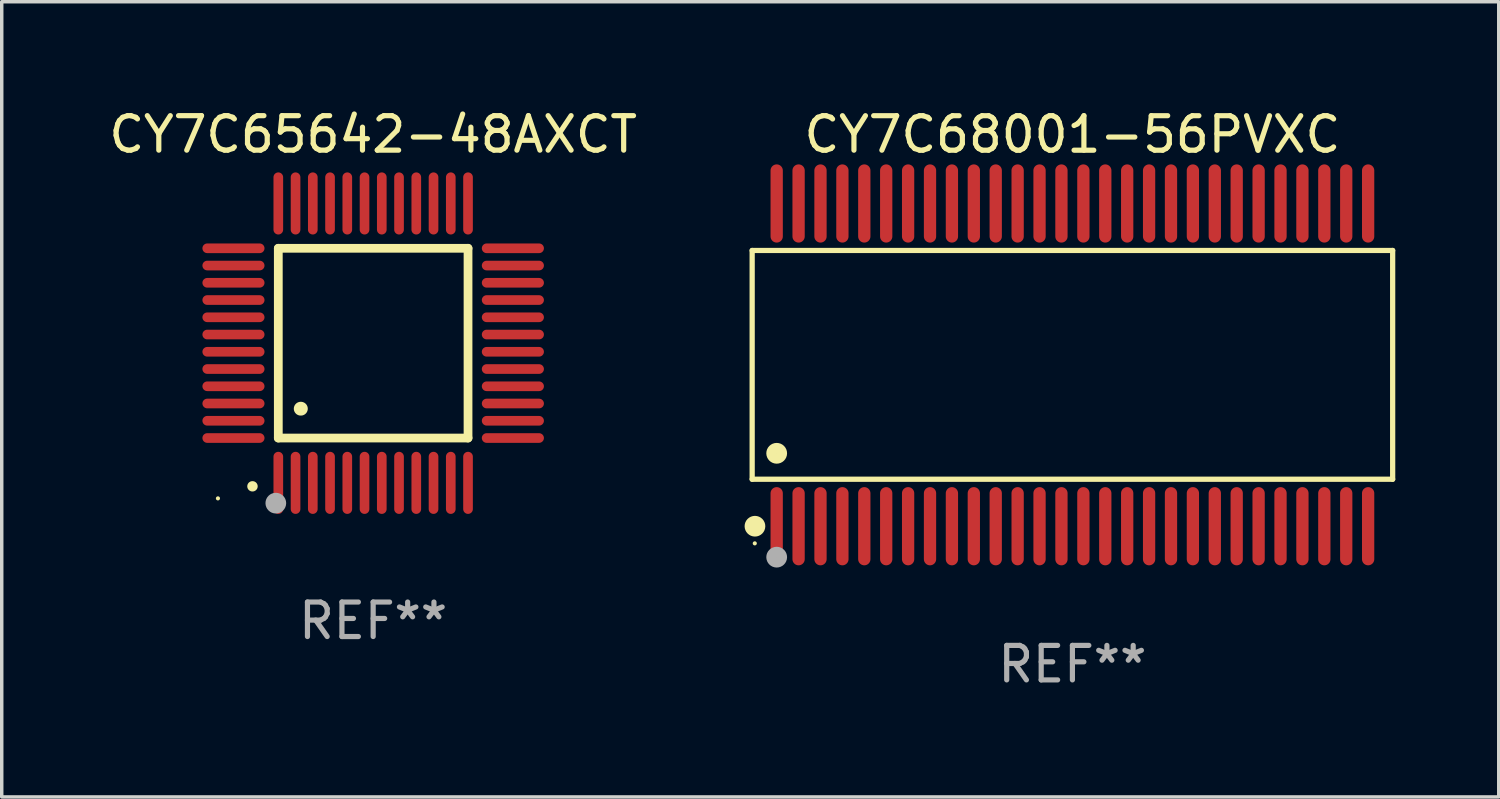
<source format=kicad_pcb>
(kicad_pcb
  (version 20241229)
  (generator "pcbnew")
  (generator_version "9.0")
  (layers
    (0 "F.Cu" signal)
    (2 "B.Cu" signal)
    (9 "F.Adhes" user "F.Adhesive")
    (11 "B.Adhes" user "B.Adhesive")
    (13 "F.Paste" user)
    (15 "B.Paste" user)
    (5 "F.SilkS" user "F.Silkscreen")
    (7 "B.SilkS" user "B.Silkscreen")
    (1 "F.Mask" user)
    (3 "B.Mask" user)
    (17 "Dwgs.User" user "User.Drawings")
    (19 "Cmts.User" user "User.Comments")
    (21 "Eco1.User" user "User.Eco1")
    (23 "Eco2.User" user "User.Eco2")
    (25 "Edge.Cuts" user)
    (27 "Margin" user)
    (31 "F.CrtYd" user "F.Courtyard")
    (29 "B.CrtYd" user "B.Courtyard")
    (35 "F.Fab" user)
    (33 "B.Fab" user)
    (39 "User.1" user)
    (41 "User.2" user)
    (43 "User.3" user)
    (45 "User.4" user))
  (footprint "CY7C65642-48AXCT"
    (layer "F.Cu")
    (at 7.768 6.898)
    (property "Reference" "CY7C65642-48AXCT" (at 0 -6.05 0) (layer "F.SilkS") (effects (font (size 1 1) (thickness 0.15))))
    (attr through_hole)
    (fp_line (start -2.75 -2.75) (end 2.75 -2.75) (stroke (width 0.254) (type solid)) (layer "F.SilkS"))
    (fp_line (start -2.75 2.75) (end -2.75 -2.75) (stroke (width 0.254) (type solid)) (layer "F.SilkS"))
    (fp_line (start 2.75 -2.75) (end 2.75 2.75) (stroke (width 0.254) (type solid)) (layer "F.SilkS"))
    (fp_line (start 2.75 2.75) (end -2.75 2.75) (stroke (width 0.254) (type solid)) (layer "F.SilkS"))
    (fp_arc (start -3.500127 4.150368) (mid -3.498857 4.150363) (end -3.497587 4.150368) (stroke (width 0.3) (type solid)) (layer "F.SilkS"))
    (fp_arc (start -2.100584 1.899924) (mid -2.098044 1.899908) (end -2.095504 1.899924) (stroke (width 0.4) (type solid)) (layer "F.SilkS"))
    (fp_circle (center -4.5 4.5) (end -4.47 4.5) (stroke (width 0.06) (type solid)) (fill no) (layer "F.SilkS"))
    (fp_circle (center -2.822 4.638) (end -2.672 4.638) (stroke (width 0.3) (type solid)) (fill no) (layer "F.Fab"))
    (fp_text user "REF**" (at 0 8.05 0) (layer "F.Fab") (effects (font (size 1 1) (thickness 0.15))))
    (pad "1" smd oval (at -2.75 4.05) (size 0.28 1.8) (layers "F.Cu" "F.Mask" "F.Paste"))
    (pad "2" smd oval (at -2.25 4.05) (size 0.28 1.8) (layers "F.Cu" "F.Mask" "F.Paste"))
    (pad "3" smd oval (at -1.75 4.05) (size 0.28 1.8) (layers "F.Cu" "F.Mask" "F.Paste"))
    (pad "4" smd oval (at -1.25 4.05) (size 0.28 1.8) (layers "F.Cu" "F.Mask" "F.Paste"))
    (pad "5" smd oval (at -0.75 4.05) (size 0.28 1.8) (layers "F.Cu" "F.Mask" "F.Paste"))
    (pad "6" smd oval (at -0.25 4.05) (size 0.28 1.8) (layers "F.Cu" "F.Mask" "F.Paste"))
    (pad "7" smd oval (at 0.25 4.05) (size 0.28 1.8) (layers "F.Cu" "F.Mask" "F.Paste"))
    (pad "8" smd oval (at 0.75 4.05) (size 0.28 1.8) (layers "F.Cu" "F.Mask" "F.Paste"))
    (pad "9" smd oval (at 1.25 4.05) (size 0.28 1.8) (layers "F.Cu" "F.Mask" "F.Paste"))
    (pad "10" smd oval (at 1.75 4.05) (size 0.28 1.8) (layers "F.Cu" "F.Mask" "F.Paste"))
    (pad "11" smd oval (at 2.25 4.05) (size 0.28 1.8) (layers "F.Cu" "F.Mask" "F.Paste"))
    (pad "12" smd oval (at 2.75 4.05) (size 0.28 1.8) (layers "F.Cu" "F.Mask" "F.Paste"))
    (pad "13" smd oval (at 4.05 2.75) (size 1.8 0.28) (layers "F.Cu" "F.Mask" "F.Paste"))
    (pad "14" smd oval (at 4.05 2.25) (size 1.8 0.28) (layers "F.Cu" "F.Mask" "F.Paste"))
    (pad "15" smd oval (at 4.05 1.75) (size 1.8 0.28) (layers "F.Cu" "F.Mask" "F.Paste"))
    (pad "16" smd oval (at 4.05 1.25) (size 1.8 0.28) (layers "F.Cu" "F.Mask" "F.Paste"))
    (pad "17" smd oval (at 4.05 0.75) (size 1.8 0.28) (layers "F.Cu" "F.Mask" "F.Paste"))
    (pad "18" smd oval (at 4.05 0.25) (size 1.8 0.28) (layers "F.Cu" "F.Mask" "F.Paste"))
    (pad "19" smd oval (at 4.05 -0.25) (size 1.8 0.28) (layers "F.Cu" "F.Mask" "F.Paste"))
    (pad "20" smd oval (at 4.05 -0.75) (size 1.8 0.28) (layers "F.Cu" "F.Mask" "F.Paste"))
    (pad "21" smd oval (at 4.05 -1.25) (size 1.8 0.28) (layers "F.Cu" "F.Mask" "F.Paste"))
    (pad "22" smd oval (at 4.05 -1.75) (size 1.8 0.28) (layers "F.Cu" "F.Mask" "F.Paste"))
    (pad "23" smd oval (at 4.05 -2.25) (size 1.8 0.28) (layers "F.Cu" "F.Mask" "F.Paste"))
    (pad "24" smd oval (at 4.05 -2.75) (size 1.8 0.28) (layers "F.Cu" "F.Mask" "F.Paste"))
    (pad "25" smd oval (at 2.75 -4.05) (size 0.28 1.8) (layers "F.Cu" "F.Mask" "F.Paste"))
    (pad "26" smd oval (at 2.25 -4.05) (size 0.28 1.8) (layers "F.Cu" "F.Mask" "F.Paste"))
    (pad "27" smd oval (at 1.75 -4.05) (size 0.28 1.8) (layers "F.Cu" "F.Mask" "F.Paste"))
    (pad "28" smd oval (at 1.25 -4.05) (size 0.28 1.8) (layers "F.Cu" "F.Mask" "F.Paste"))
    (pad "29" smd oval (at 0.75 -4.05) (size 0.28 1.8) (layers "F.Cu" "F.Mask" "F.Paste"))
    (pad "30" smd oval (at 0.25 -4.05) (size 0.28 1.8) (layers "F.Cu" "F.Mask" "F.Paste"))
    (pad "31" smd oval (at -0.25 -4.05) (size 0.28 1.8) (layers "F.Cu" "F.Mask" "F.Paste"))
    (pad "32" smd oval (at -0.75 -4.05) (size 0.28 1.8) (layers "F.Cu" "F.Mask" "F.Paste"))
    (pad "33" smd oval (at -1.25 -4.05) (size 0.28 1.8) (layers "F.Cu" "F.Mask" "F.Paste"))
    (pad "34" smd oval (at -1.75 -4.05) (size 0.28 1.8) (layers "F.Cu" "F.Mask" "F.Paste"))
    (pad "35" smd oval (at -2.25 -4.05) (size 0.28 1.8) (layers "F.Cu" "F.Mask" "F.Paste"))
    (pad "36" smd oval (at -2.75 -4.05) (size 0.28 1.8) (layers "F.Cu" "F.Mask" "F.Paste"))
    (pad "37" smd oval (at -4.05 -2.75) (size 1.8 0.28) (layers "F.Cu" "F.Mask" "F.Paste"))
    (pad "38" smd oval (at -4.05 -2.25) (size 1.8 0.28) (layers "F.Cu" "F.Mask" "F.Paste"))
    (pad "39" smd oval (at -4.05 -1.75) (size 1.8 0.28) (layers "F.Cu" "F.Mask" "F.Paste"))
    (pad "40" smd oval (at -4.05 -1.25) (size 1.8 0.28) (layers "F.Cu" "F.Mask" "F.Paste"))
    (pad "41" smd oval (at -4.05 -0.75) (size 1.8 0.28) (layers "F.Cu" "F.Mask" "F.Paste"))
    (pad "42" smd oval (at -4.05 -0.25) (size 1.8 0.28) (layers "F.Cu" "F.Mask" "F.Paste"))
    (pad "43" smd oval (at -4.05 0.25) (size 1.8 0.28) (layers "F.Cu" "F.Mask" "F.Paste"))
    (pad "44" smd oval (at -4.05 0.75) (size 1.8 0.28) (layers "F.Cu" "F.Mask" "F.Paste"))
    (pad "45" smd oval (at -4.05 1.25) (size 1.8 0.28) (layers "F.Cu" "F.Mask" "F.Paste"))
    (pad "46" smd oval (at -4.05 1.75) (size 1.8 0.28) (layers "F.Cu" "F.Mask" "F.Paste"))
    (pad "47" smd oval (at -4.05 2.25) (size 1.8 0.28) (layers "F.Cu" "F.Mask" "F.Paste"))
    (pad "48" smd oval (at -4.05 2.75) (size 1.8 0.28) (layers "F.Cu" "F.Mask" "F.Paste")))
  (footprint "CY7C68001-56PVXC"
    (layer "F.Cu")
    (at 28.039 7.527)
    (property "Reference" "CY7C68001-56PVXC" (at 0 -6.678 0) (layer "F.SilkS") (effects (font (size 1 1) (thickness 0.15))))
    (attr through_hole)
    (fp_line (start -9.284 -3.316) (end 9.284 -3.316) (stroke (width 0.152) (type solid)) (layer "F.SilkS"))
    (fp_line (start -9.284 3.316) (end -9.284 -3.316) (stroke (width 0.152) (type solid)) (layer "F.SilkS"))
    (fp_line (start 9.284 -3.316) (end 9.284 3.316) (stroke (width 0.152) (type solid)) (layer "F.SilkS"))
    (fp_line (start 9.284 3.316) (end -9.284 3.316) (stroke (width 0.152) (type solid)) (layer "F.SilkS"))
    (fp_circle (center -9.208 5.175) (end -9.178 5.175) (stroke (width 0.06) (type solid)) (fill no) (layer "F.SilkS"))
    (fp_circle (center -9.203 4.678) (end -9.053 4.678) (stroke (width 0.3) (type solid)) (fill no) (layer "F.SilkS"))
    (fp_circle (center -8.573 2.564) (end -8.422 2.564) (stroke (width 0.3) (type solid)) (fill no) (layer "F.SilkS"))
    (fp_circle (center -8.573 5.575) (end -8.422 5.575) (stroke (width 0.3) (type solid)) (fill no) (layer "F.Fab"))
    (fp_text user "REF**" (at 0 8.678 0) (layer "F.Fab") (effects (font (size 1 1) (thickness 0.15))))
    (pad "1" smd oval (at -8.573 4.678) (size 0.356 2.267) (layers "F.Cu" "F.Mask" "F.Paste"))
    (pad "2" smd oval (at -7.938 4.678) (size 0.356 2.267) (layers "F.Cu" "F.Mask" "F.Paste"))
    (pad "3" smd oval (at -7.303 4.678) (size 0.356 2.267) (layers "F.Cu" "F.Mask" "F.Paste"))
    (pad "4" smd oval (at -6.668 4.678) (size 0.356 2.267) (layers "F.Cu" "F.Mask" "F.Paste"))
    (pad "5" smd oval (at -6.033 4.678) (size 0.356 2.267) (layers "F.Cu" "F.Mask" "F.Paste"))
    (pad "6" smd oval (at -5.398 4.678) (size 0.356 2.267) (layers "F.Cu" "F.Mask" "F.Paste"))
    (pad "7" smd oval (at -4.763 4.678) (size 0.356 2.267) (layers "F.Cu" "F.Mask" "F.Paste"))
    (pad "8" smd oval (at -4.128 4.678) (size 0.356 2.267) (layers "F.Cu" "F.Mask" "F.Paste"))
    (pad "9" smd oval (at -3.493 4.678) (size 0.356 2.267) (layers "F.Cu" "F.Mask" "F.Paste"))
    (pad "10" smd oval (at -2.858 4.678) (size 0.356 2.267) (layers "F.Cu" "F.Mask" "F.Paste"))
    (pad "11" smd oval (at -2.223 4.678) (size 0.356 2.267) (layers "F.Cu" "F.Mask" "F.Paste"))
    (pad "12" smd oval (at -1.588 4.678) (size 0.356 2.267) (layers "F.Cu" "F.Mask" "F.Paste"))
    (pad "13" smd oval (at -0.953 4.678) (size 0.356 2.267) (layers "F.Cu" "F.Mask" "F.Paste"))
    (pad "14" smd oval (at -0.318 4.678) (size 0.356 2.267) (layers "F.Cu" "F.Mask" "F.Paste"))
    (pad "15" smd oval (at 0.318 4.678) (size 0.356 2.267) (layers "F.Cu" "F.Mask" "F.Paste"))
    (pad "16" smd oval (at 0.953 4.678) (size 0.356 2.267) (layers "F.Cu" "F.Mask" "F.Paste"))
    (pad "17" smd oval (at 1.588 4.678) (size 0.356 2.267) (layers "F.Cu" "F.Mask" "F.Paste"))
    (pad "18" smd oval (at 2.223 4.678) (size 0.356 2.267) (layers "F.Cu" "F.Mask" "F.Paste"))
    (pad "19" smd oval (at 2.858 4.678) (size 0.356 2.267) (layers "F.Cu" "F.Mask" "F.Paste"))
    (pad "20" smd oval (at 3.493 4.678) (size 0.356 2.267) (layers "F.Cu" "F.Mask" "F.Paste"))
    (pad "21" smd oval (at 4.128 4.678) (size 0.356 2.267) (layers "F.Cu" "F.Mask" "F.Paste"))
    (pad "22" smd oval (at 4.763 4.678) (size 0.356 2.267) (layers "F.Cu" "F.Mask" "F.Paste"))
    (pad "23" smd oval (at 5.398 4.678) (size 0.356 2.267) (layers "F.Cu" "F.Mask" "F.Paste"))
    (pad "24" smd oval (at 6.033 4.678) (size 0.356 2.267) (layers "F.Cu" "F.Mask" "F.Paste"))
    (pad "25" smd oval (at 6.668 4.678) (size 0.356 2.267) (layers "F.Cu" "F.Mask" "F.Paste"))
    (pad "26" smd oval (at 7.303 4.678) (size 0.356 2.267) (layers "F.Cu" "F.Mask" "F.Paste"))
    (pad "27" smd oval (at 7.938 4.678) (size 0.356 2.267) (layers "F.Cu" "F.Mask" "F.Paste"))
    (pad "28" smd oval (at 8.573 4.678) (size 0.356 2.267) (layers "F.Cu" "F.Mask" "F.Paste"))
    (pad "29" smd oval (at 8.573 -4.678) (size 0.356 2.267) (layers "F.Cu" "F.Mask" "F.Paste"))
    (pad "30" smd oval (at 7.938 -4.678) (size 0.356 2.267) (layers "F.Cu" "F.Mask" "F.Paste"))
    (pad "31" smd oval (at 7.303 -4.678) (size 0.356 2.267) (layers "F.Cu" "F.Mask" "F.Paste"))
    (pad "32" smd oval (at 6.668 -4.678) (size 0.356 2.267) (layers "F.Cu" "F.Mask" "F.Paste"))
    (pad "33" smd oval (at 6.033 -4.678) (size 0.356 2.267) (layers "F.Cu" "F.Mask" "F.Paste"))
    (pad "34" smd oval (at 5.398 -4.678) (size 0.356 2.267) (layers "F.Cu" "F.Mask" "F.Paste"))
    (pad "35" smd oval (at 4.763 -4.678) (size 0.356 2.267) (layers "F.Cu" "F.Mask" "F.Paste"))
    (pad "36" smd oval (at 4.128 -4.678) (size 0.356 2.267) (layers "F.Cu" "F.Mask" "F.Paste"))
    (pad "37" smd oval (at 3.493 -4.678) (size 0.356 2.267) (layers "F.Cu" "F.Mask" "F.Paste"))
    (pad "38" smd oval (at 2.858 -4.678) (size 0.356 2.267) (layers "F.Cu" "F.Mask" "F.Paste"))
    (pad "39" smd oval (at 2.223 -4.678) (size 0.356 2.267) (layers "F.Cu" "F.Mask" "F.Paste"))
    (pad "40" smd oval (at 1.588 -4.678) (size 0.356 2.267) (layers "F.Cu" "F.Mask" "F.Paste"))
    (pad "41" smd oval (at 0.953 -4.678) (size 0.356 2.267) (layers "F.Cu" "F.Mask" "F.Paste"))
    (pad "42" smd oval (at 0.318 -4.678) (size 0.356 2.267) (layers "F.Cu" "F.Mask" "F.Paste"))
    (pad "43" smd oval (at -0.318 -4.678) (size 0.356 2.267) (layers "F.Cu" "F.Mask" "F.Paste"))
    (pad "44" smd oval (at -0.953 -4.678) (size 0.356 2.267) (layers "F.Cu" "F.Mask" "F.Paste"))
    (pad "45" smd oval (at -1.588 -4.678) (size 0.356 2.267) (layers "F.Cu" "F.Mask" "F.Paste"))
    (pad "46" smd oval (at -2.223 -4.678) (size 0.356 2.267) (layers "F.Cu" "F.Mask" "F.Paste"))
    (pad "47" smd oval (at -2.858 -4.678) (size 0.356 2.267) (layers "F.Cu" "F.Mask" "F.Paste"))
    (pad "48" smd oval (at -3.493 -4.678) (size 0.356 2.267) (layers "F.Cu" "F.Mask" "F.Paste"))
    (pad "49" smd oval (at -4.128 -4.678) (size 0.356 2.267) (layers "F.Cu" "F.Mask" "F.Paste"))
    (pad "50" smd oval (at -4.763 -4.678) (size 0.356 2.267) (layers "F.Cu" "F.Mask" "F.Paste"))
    (pad "51" smd oval (at -5.398 -4.678) (size 0.356 2.267) (layers "F.Cu" "F.Mask" "F.Paste"))
    (pad "52" smd oval (at -6.033 -4.678) (size 0.356 2.267) (layers "F.Cu" "F.Mask" "F.Paste"))
    (pad "53" smd oval (at -6.668 -4.678) (size 0.356 2.267) (layers "F.Cu" "F.Mask" "F.Paste"))
    (pad "54" smd oval (at -7.303 -4.678) (size 0.356 2.267) (layers "F.Cu" "F.Mask" "F.Paste"))
    (pad "55" smd oval (at -7.938 -4.678) (size 0.356 2.267) (layers "F.Cu" "F.Mask" "F.Paste"))
    (pad "56" smd oval (at -8.573 -4.678) (size 0.356 2.267) (layers "F.Cu" "F.Mask" "F.Paste")))
  (gr_rect
    (start -3 -3)
    (end 40.398 20.053)
    (stroke (width 0.1) (type default))
    (fill no)
    (layer "Edge.Cuts")))
</source>
